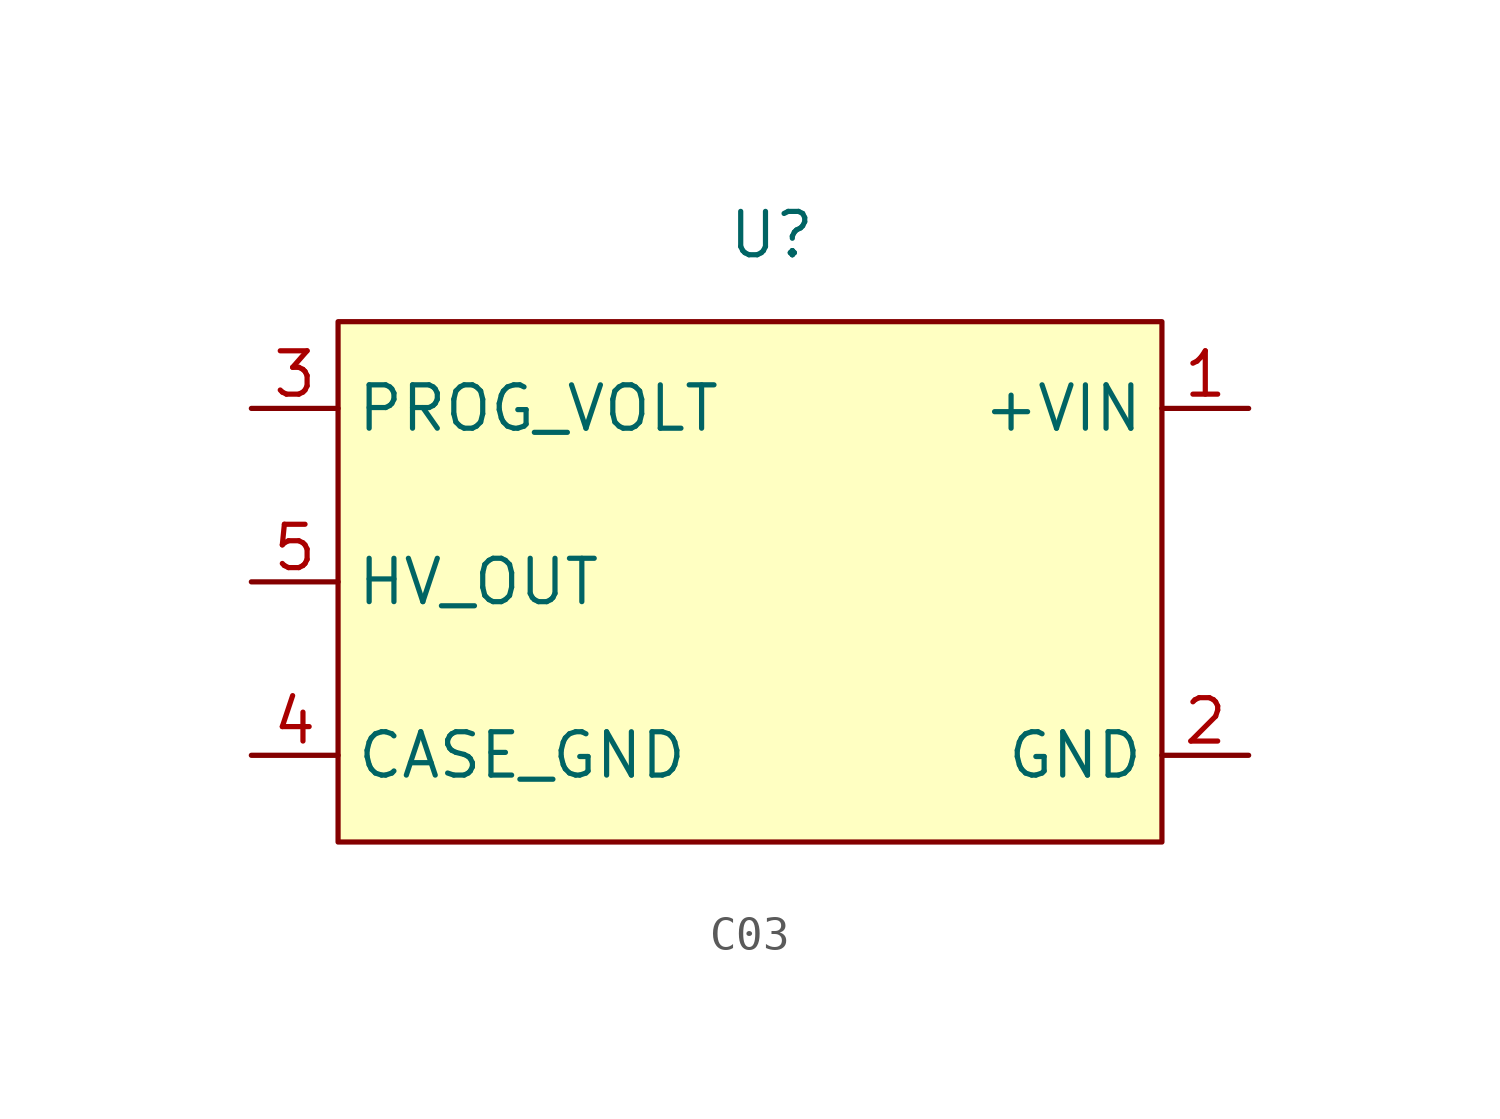
<source format=kicad_sym>
(kicad_symbol_lib
  (version 20220914)
  (generator kicad_symbol_editor)
  (symbol "C03"
    (property "Reference" "U"
      (at 0 10.16 0)
      (effects (font (size 1.27 1.27))))
    (property "Value" ""
      (at -3.81 8.89 0)
      (effects (font (size 1.27 1.27))))
    (symbol "C03_1_1"
      (rectangle (start -12.7 7.62) (end 11.43 -7.62) (stroke (width 0) (type default)) (fill (type background)))
      (pin input line (at 13.97 5.08 180) (length 2.54) (name "+VIN" (effects (font (size 1.27 1.27)))) (number "1" (effects (font (size 1.27 1.27)))))
      (pin input line (at 13.97 -5.08 180) (length 2.54) (name "GND" (effects (font (size 1.27 1.27)))) (number "2" (effects (font (size 1.27 1.27)))))
      (pin input line (at -15.24 5.08 0) (length 2.54) (name "PROG_VOLT" (effects (font (size 1.27 1.27)))) (number "3" (effects (font (size 1.27 1.27)))))
      (pin input line (at -15.24 -5.08 0) (length 2.54) (name "CASE_GND" (effects (font (size 1.27 1.27)))) (number "4" (effects (font (size 1.27 1.27)))))
      (pin output line (at -15.24 0 0) (length 2.54) (name "HV_OUT" (effects (font (size 1.27 1.27)))) (number "5" (effects (font (size 1.27 1.27))))))))
</source>
